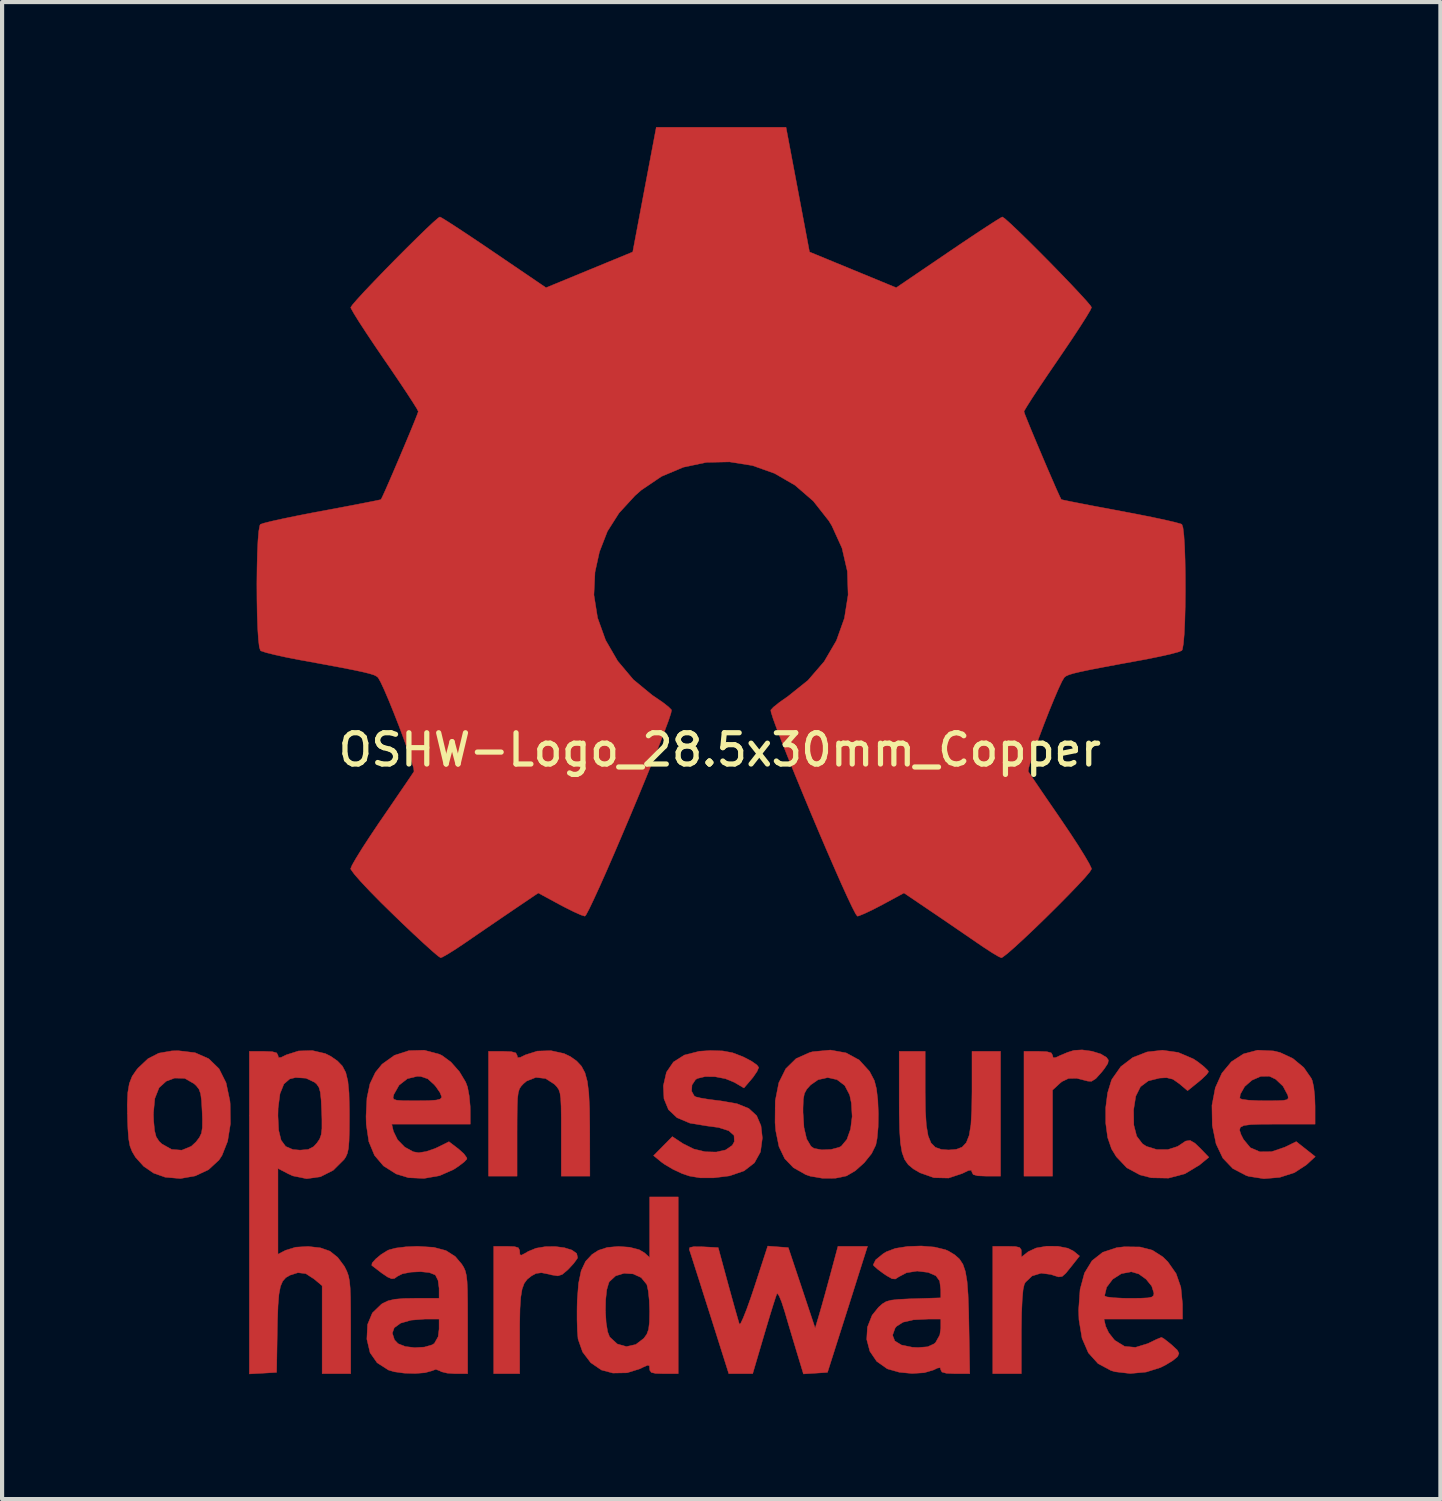
<source format=kicad_pcb>
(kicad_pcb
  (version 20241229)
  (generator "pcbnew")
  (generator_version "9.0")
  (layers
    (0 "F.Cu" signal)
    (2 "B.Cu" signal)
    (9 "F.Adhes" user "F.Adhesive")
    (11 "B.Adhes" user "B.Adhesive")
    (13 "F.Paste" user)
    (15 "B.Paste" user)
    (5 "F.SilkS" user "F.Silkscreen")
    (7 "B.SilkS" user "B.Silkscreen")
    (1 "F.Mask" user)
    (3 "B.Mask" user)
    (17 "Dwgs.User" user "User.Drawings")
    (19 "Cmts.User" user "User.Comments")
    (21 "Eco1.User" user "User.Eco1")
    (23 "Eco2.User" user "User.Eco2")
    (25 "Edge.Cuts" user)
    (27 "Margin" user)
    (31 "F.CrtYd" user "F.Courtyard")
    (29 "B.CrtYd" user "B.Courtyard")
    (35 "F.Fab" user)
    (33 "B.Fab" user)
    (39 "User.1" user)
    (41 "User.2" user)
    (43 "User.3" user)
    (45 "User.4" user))
  (footprint "OSHW-Logo_28.5x30mm_Copper"
    (layer "F.Cu")
    (at 14.232 14.952)
    (property "Reference" "OSHW-Logo_28.5x30mm_Copper" (at 0 0 0) (layer "F.SilkS") (effects (font (size 0.75 0.75) (thickness 0.125))))
    (attr exclude_from_pos_files exclude_from_bom)
    (fp_poly (pts (xy 8.931 7.236) (xy 9.146 7.302) (xy 9.284 7.385) (xy 9.329 7.45) (xy 9.316 7.528) (xy 9.236 7.65) (xy 9.168 7.737) (xy 9.028 7.893) (xy 8.923 7.959) (xy 8.833 7.954) (xy 8.567 7.886) (xy 8.371 7.89) (xy 8.212 7.966) (xy 8.159 8.011) (xy 7.988 8.169) (xy 7.988 10.235) (xy 7.302 10.235) (xy 7.302 7.239) (xy 7.645 7.239) (xy 7.851 7.247) (xy 7.957 7.276) (xy 7.988 7.333) (xy 7.988 7.335) (xy 8.003 7.394) (xy 8.069 7.386) (xy 8.16 7.343) (xy 8.348 7.264) (xy 8.501 7.216) (xy 8.698 7.204) (xy 8.931 7.236)) (stroke (width 0.01) (type solid)) (fill yes) (layer "F.Cu"))
    (fp_poly (pts (xy 8.116 11.919) (xy 8.356 11.966) (xy 8.493 12.036) (xy 8.636 12.153) (xy 8.432 12.411) (xy 8.306 12.567) (xy 8.22 12.643) (xy 8.135 12.655) (xy 8.011 12.617) (xy 7.952 12.596) (xy 7.714 12.565) (xy 7.496 12.632) (xy 7.336 12.784) (xy 7.31 12.832) (xy 7.281 12.96) (xy 7.26 13.196) (xy 7.245 13.523) (xy 7.239 13.925) (xy 7.239 13.982) (xy 7.239 14.978) (xy 6.553 14.978) (xy 6.553 11.92) (xy 6.896 11.92) (xy 7.094 11.925) (xy 7.197 11.948) (xy 7.235 12) (xy 7.239 12.049) (xy 7.239 12.179) (xy 7.404 12.049) (xy 7.592 11.961) (xy 7.846 11.917) (xy 8.116 11.919)) (stroke (width 0.01) (type solid)) (fill yes) (layer "F.Cu"))
    (fp_poly (pts (xy -4.93 11.927) (xy -4.837 11.955) (xy -4.807 12.016) (xy -4.805 12.044) (xy -4.8 12.121) (xy -4.763 12.133) (xy -4.662 12.08) (xy -4.603 12.044) (xy -4.414 11.966) (xy -4.189 11.928) (xy -3.953 11.925) (xy -3.732 11.954) (xy -3.552 12.01) (xy -3.437 12.091) (xy -3.415 12.191) (xy -3.426 12.218) (xy -3.509 12.332) (xy -3.638 12.471) (xy -3.661 12.493) (xy -3.784 12.596) (xy -3.89 12.63) (xy -4.038 12.607) (xy -4.097 12.591) (xy -4.282 12.554) (xy -4.412 12.571) (xy -4.521 12.63) (xy -4.622 12.709) (xy -4.696 12.808) (xy -4.747 12.947) (xy -4.78 13.145) (xy -4.798 13.419) (xy -4.805 13.791) (xy -4.805 14.015) (xy -4.805 14.978) (xy -5.429 14.978) (xy -5.429 11.92) (xy -5.117 11.92) (xy -4.93 11.927)) (stroke (width 0.01) (type solid)) (fill yes) (layer "F.Cu"))
    (fp_poly (pts (xy 4.93 8.211) (xy 4.936 8.668) (xy 4.958 9.016) (xy 5.001 9.268) (xy 5.071 9.439) (xy 5.174 9.543) (xy 5.316 9.594) (xy 5.492 9.607) (xy 5.676 9.592) (xy 5.816 9.539) (xy 5.917 9.432) (xy 5.986 9.257) (xy 6.028 9.001) (xy 6.048 8.648) (xy 6.054 8.211) (xy 6.054 7.239) (xy 6.74 7.239) (xy 6.74 10.235) (xy 6.397 10.235) (xy 6.19 10.227) (xy 6.083 10.197) (xy 6.054 10.141) (xy 6.036 10.091) (xy 5.964 10.102) (xy 5.82 10.172) (xy 5.491 10.281) (xy 5.141 10.273) (xy 4.806 10.155) (xy 4.647 10.062) (xy 4.525 9.961) (xy 4.436 9.835) (xy 4.375 9.666) (xy 4.336 9.436) (xy 4.316 9.127) (xy 4.307 8.723) (xy 4.306 8.41) (xy 4.306 7.239) (xy 4.93 7.239) (xy 4.93 8.211)) (stroke (width 0.01) (type solid)) (fill yes) (layer "F.Cu"))
    (fp_poly (pts (xy -3.742 7.291) (xy -3.587 7.365) (xy -3.437 7.472) (xy -3.322 7.596) (xy -3.238 7.753) (xy -3.181 7.962) (xy -3.146 8.241) (xy -3.128 8.607) (xy -3.122 9.078) (xy -3.122 9.127) (xy -3.12 10.235) (xy -3.807 10.235) (xy -3.807 9.214) (xy -3.807 8.835) (xy -3.811 8.561) (xy -3.82 8.37) (xy -3.838 8.242) (xy -3.867 8.156) (xy -3.911 8.092) (xy -3.971 8.028) (xy -4.184 7.891) (xy -4.416 7.865) (xy -4.638 7.952) (xy -4.715 8.017) (xy -4.771 8.077) (xy -4.812 8.142) (xy -4.839 8.232) (xy -4.856 8.367) (xy -4.864 8.567) (xy -4.867 8.854) (xy -4.868 9.202) (xy -4.868 10.235) (xy -5.554 10.235) (xy -5.554 7.239) (xy -5.211 7.239) (xy -5.005 7.247) (xy -4.899 7.276) (xy -4.868 7.333) (xy -4.868 7.335) (xy -4.854 7.39) (xy -4.79 7.384) (xy -4.665 7.323) (xy -4.38 7.233) (xy -4.055 7.223) (xy -3.742 7.291)) (stroke (width 0.01) (type solid)) (fill yes) (layer "F.Cu"))
    (fp_poly (pts (xy 11.004 7.265) (xy 11.366 7.419) (xy 11.48 7.494) (xy 11.625 7.609) (xy 11.717 7.699) (xy 11.733 7.729) (xy 11.688 7.794) (xy 11.573 7.905) (xy 11.481 7.982) (xy 11.23 8.184) (xy 11.032 8.017) (xy 10.879 7.909) (xy 10.729 7.872) (xy 10.558 7.881) (xy 10.286 7.949) (xy 10.099 8.089) (xy 9.986 8.315) (xy 9.934 8.642) (xy 9.934 8.642) (xy 9.939 9.008) (xy 10.008 9.276) (xy 10.146 9.458) (xy 10.241 9.52) (xy 10.491 9.597) (xy 10.758 9.597) (xy 10.991 9.522) (xy 11.046 9.486) (xy 11.184 9.393) (xy 11.292 9.378) (xy 11.409 9.447) (xy 11.538 9.571) (xy 11.741 9.782) (xy 11.515 9.968) (xy 11.165 10.179) (xy 10.771 10.283) (xy 10.359 10.275) (xy 10.089 10.206) (xy 9.772 10.036) (xy 9.519 9.769) (xy 9.404 9.58) (xy 9.311 9.309) (xy 9.265 8.965) (xy 9.264 8.593) (xy 9.31 8.236) (xy 9.401 7.937) (xy 9.416 7.906) (xy 9.628 7.605) (xy 9.916 7.386) (xy 10.257 7.254) (xy 10.627 7.212) (xy 11.004 7.265)) (stroke (width 0.01) (type solid)) (fill yes) (layer "F.Cu"))
    (fp_poly (pts (xy 3.031 7.276) (xy 3.347 7.448) (xy 3.594 7.72) (xy 3.71 7.94) (xy 3.76 8.135) (xy 3.793 8.413) (xy 3.806 8.733) (xy 3.801 9.055) (xy 3.775 9.337) (xy 3.745 9.488) (xy 3.643 9.695) (xy 3.467 9.914) (xy 3.254 10.105) (xy 3.043 10.229) (xy 3.038 10.231) (xy 2.777 10.285) (xy 2.468 10.287) (xy 2.173 10.237) (xy 2.06 10.198) (xy 1.767 10.032) (xy 1.558 9.815) (xy 1.42 9.527) (xy 1.343 9.15) (xy 1.326 8.952) (xy 1.328 8.704) (xy 1.997 8.704) (xy 2.02 9.066) (xy 2.084 9.342) (xy 2.188 9.519) (xy 2.261 9.569) (xy 2.449 9.604) (xy 2.673 9.594) (xy 2.866 9.543) (xy 2.917 9.515) (xy 3.051 9.353) (xy 3.139 9.105) (xy 3.177 8.803) (xy 3.158 8.48) (xy 3.117 8.285) (xy 2.999 8.059) (xy 2.813 7.918) (xy 2.589 7.869) (xy 2.358 7.921) (xy 2.179 8.046) (xy 2.086 8.149) (xy 2.031 8.251) (xy 2.005 8.389) (xy 1.997 8.6) (xy 1.997 8.704) (xy 1.328 8.704) (xy 1.331 8.425) (xy 1.416 7.993) (xy 1.583 7.656) (xy 1.831 7.413) (xy 2.161 7.266) (xy 2.231 7.248) (xy 2.656 7.208) (xy 3.031 7.276)) (stroke (width 0.01) (type solid)) (fill yes) (layer "F.Cu"))
    (fp_poly (pts (xy 1.397 11.933) (xy 1.644 11.951) (xy 1.967 12.918) (xy 2.289 13.886) (xy 2.391 13.543) (xy 2.452 13.33) (xy 2.532 13.044) (xy 2.618 12.729) (xy 2.664 12.56) (xy 2.836 11.92) (xy 3.546 11.92) (xy 3.333 12.591) (xy 3.229 12.921) (xy 3.103 13.319) (xy 2.971 13.734) (xy 2.853 14.104) (xy 2.585 14.947) (xy 2.296 14.966) (xy 2.007 14.984) (xy 1.85 14.466) (xy 1.753 14.144) (xy 1.647 13.79) (xy 1.555 13.476) (xy 1.551 13.464) (xy 1.482 13.251) (xy 1.422 13.107) (xy 1.379 13.052) (xy 1.37 13.058) (xy 1.34 13.143) (xy 1.281 13.325) (xy 1.202 13.581) (xy 1.11 13.888) (xy 1.06 14.057) (xy 0.789 14.978) (xy 0.215 14.978) (xy -0.244 13.527) (xy -0.374 13.12) (xy -0.491 12.75) (xy -0.592 12.435) (xy -0.669 12.193) (xy -0.719 12.039) (xy -0.734 11.995) (xy -0.722 11.949) (xy -0.628 11.929) (xy -0.433 11.931) (xy -0.402 11.932) (xy -0.039 11.951) (xy 0.198 12.825) (xy 0.286 13.143) (xy 0.364 13.424) (xy 0.426 13.641) (xy 0.464 13.771) (xy 0.472 13.792) (xy 0.501 13.768) (xy 0.561 13.641) (xy 0.645 13.43) (xy 0.744 13.152) (xy 0.829 12.9) (xy 1.15 11.914) (xy 1.397 11.933)) (stroke (width 0.01) (type solid)) (fill yes) (layer "F.Cu"))
    (fp_poly (pts (xy -12.598 7.272) (xy -12.271 7.416) (xy -12.023 7.657) (xy -11.854 7.995) (xy -11.762 8.431) (xy -11.756 8.499) (xy -11.75 8.978) (xy -11.817 9.398) (xy -11.952 9.739) (xy -12.024 9.848) (xy -12.275 10.08) (xy -12.595 10.23) (xy -12.952 10.293) (xy -13.317 10.261) (xy -13.594 10.163) (xy -13.833 9.999) (xy -14.028 9.783) (xy -14.031 9.778) (xy -14.11 9.645) (xy -14.162 9.511) (xy -14.193 9.342) (xy -14.211 9.104) (xy -14.219 8.909) (xy -14.223 8.731) (xy -13.599 8.731) (xy -13.593 8.908) (xy -13.571 9.143) (xy -13.532 9.293) (xy -13.461 9.401) (xy -13.395 9.463) (xy -13.161 9.594) (xy -12.917 9.612) (xy -12.689 9.518) (xy -12.575 9.412) (xy -12.493 9.305) (xy -12.445 9.203) (xy -12.424 9.071) (xy -12.422 8.872) (xy -12.429 8.689) (xy -12.443 8.427) (xy -12.465 8.258) (xy -12.505 8.147) (xy -12.572 8.062) (xy -12.625 8.014) (xy -12.848 7.887) (xy -13.089 7.881) (xy -13.291 7.956) (xy -13.463 8.113) (xy -13.565 8.371) (xy -13.599 8.731) (xy -14.223 8.731) (xy -14.227 8.52) (xy -14.214 8.229) (xy -14.177 8.011) (xy -14.109 7.838) (xy -14.005 7.686) (xy -13.967 7.64) (xy -13.728 7.415) (xy -13.471 7.283) (xy -13.156 7.228) (xy -13.003 7.224) (xy -12.598 7.272)) (stroke (width 0.01) (type solid)) (fill yes) (layer "F.Cu"))
    (fp_poly (pts (xy -0.999 14.978) (xy -1.342 14.978) (xy -1.541 14.972) (xy -1.645 14.948) (xy -1.682 14.895) (xy -1.685 14.86) (xy -1.691 14.789) (xy -1.731 14.775) (xy -1.835 14.819) (xy -1.917 14.86) (xy -2.228 14.957) (xy -2.567 14.963) (xy -2.843 14.89) (xy -3.099 14.715) (xy -3.295 14.457) (xy -3.402 14.152) (xy -3.405 14.135) (xy -3.42 13.949) (xy -3.428 13.682) (xy -3.428 13.481) (xy -2.746 13.481) (xy -2.73 13.749) (xy -2.694 13.97) (xy -2.646 14.095) (xy -2.462 14.265) (xy -2.243 14.327) (xy -2.018 14.277) (xy -1.825 14.13) (xy -1.753 14.03) (xy -1.71 13.912) (xy -1.69 13.739) (xy -1.685 13.48) (xy -1.694 13.223) (xy -1.717 12.997) (xy -1.75 12.846) (xy -1.756 12.832) (xy -1.888 12.671) (xy -2.082 12.582) (xy -2.3 12.568) (xy -2.502 12.63) (xy -2.651 12.768) (xy -2.666 12.796) (xy -2.715 12.964) (xy -2.741 13.206) (xy -2.746 13.481) (xy -3.428 13.481) (xy -3.427 13.378) (xy -3.423 13.215) (xy -3.392 12.81) (xy -3.329 12.506) (xy -3.223 12.281) (xy -3.067 12.114) (xy -2.914 12.016) (xy -2.702 11.947) (xy -2.437 11.923) (xy -2.166 11.942) (xy -1.935 12.002) (xy -1.812 12.074) (xy -1.685 12.189) (xy -1.685 10.734) (xy -0.999 10.734) (xy -0.999 14.978)) (stroke (width 0.01) (type solid)) (fill yes) (layer "F.Cu"))
    (fp_poly (pts (xy 13.291 7.229) (xy 13.451 7.267) (xy 13.757 7.41) (xy 14.019 7.627) (xy 14.2 7.887) (xy 14.225 7.945) (xy 14.259 8.099) (xy 14.283 8.325) (xy 14.291 8.554) (xy 14.291 8.987) (xy 13.386 8.987) (xy 13.013 8.988) (xy 12.75 8.997) (xy 12.583 9.019) (xy 12.497 9.061) (xy 12.478 9.13) (xy 12.511 9.233) (xy 12.571 9.352) (xy 12.736 9.552) (xy 12.966 9.651) (xy 13.246 9.648) (xy 13.564 9.54) (xy 13.839 9.406) (xy 14.296 9.767) (xy 14.081 9.965) (xy 13.794 10.152) (xy 13.442 10.265) (xy 13.063 10.297) (xy 12.697 10.24) (xy 12.638 10.221) (xy 12.316 10.053) (xy 12.076 9.802) (xy 11.914 9.461) (xy 11.824 9.023) (xy 11.823 9.014) (xy 11.815 8.536) (xy 11.848 8.366) (xy 12.482 8.366) (xy 12.54 8.392) (xy 12.698 8.412) (xy 12.931 8.423) (xy 13.079 8.425) (xy 13.354 8.424) (xy 13.526 8.417) (xy 13.617 8.399) (xy 13.647 8.364) (xy 13.64 8.307) (xy 13.633 8.285) (xy 13.522 8.077) (xy 13.346 7.909) (xy 13.191 7.836) (xy 12.985 7.84) (xy 12.776 7.932) (xy 12.601 8.084) (xy 12.496 8.269) (xy 12.482 8.366) (xy 11.848 8.366) (xy 11.895 8.116) (xy 12.054 7.763) (xy 12.282 7.488) (xy 12.571 7.301) (xy 12.91 7.211) (xy 13.291 7.229)) (stroke (width 0.01) (type solid)) (fill yes) (layer "F.Cu"))
    (fp_poly (pts (xy 0.07 7.229) (xy 0.306 7.273) (xy 0.551 7.367) (xy 0.577 7.379) (xy 0.763 7.477) (xy 0.892 7.568) (xy 0.934 7.626) (xy 0.894 7.721) (xy 0.798 7.861) (xy 0.755 7.913) (xy 0.579 8.119) (xy 0.352 7.985) (xy 0.136 7.896) (xy -0.114 7.848) (xy -0.353 7.845) (xy -0.539 7.89) (xy -0.583 7.918) (xy -0.668 8.046) (xy -0.678 8.194) (xy -0.615 8.309) (xy -0.577 8.332) (xy -0.465 8.359) (xy -0.267 8.392) (xy -0.024 8.423) (xy 0.021 8.428) (xy 0.412 8.496) (xy 0.696 8.611) (xy 0.884 8.784) (xy 0.988 9.025) (xy 1.021 9.319) (xy 0.976 9.654) (xy 0.83 9.917) (xy 0.582 10.109) (xy 0.232 10.229) (xy -0.156 10.277) (xy -0.473 10.276) (xy -0.73 10.233) (xy -0.905 10.174) (xy -1.127 10.07) (xy -1.331 9.949) (xy -1.404 9.896) (xy -1.591 9.743) (xy -1.366 9.515) (xy -1.14 9.286) (xy -0.883 9.456) (xy -0.626 9.584) (xy -0.351 9.65) (xy -0.086 9.657) (xy 0.139 9.606) (xy 0.298 9.497) (xy 0.349 9.405) (xy 0.341 9.258) (xy 0.214 9.145) (xy -0.032 9.067) (xy -0.303 9.031) (xy -0.718 8.963) (xy -1.027 8.833) (xy -1.233 8.639) (xy -1.341 8.377) (xy -1.356 8.066) (xy -1.282 7.741) (xy -1.114 7.495) (xy -0.851 7.328) (xy -0.491 7.237) (xy -0.224 7.22) (xy 0.07 7.229)) (stroke (width 0.01) (type solid)) (fill yes) (layer "F.Cu"))
    (fp_poly (pts (xy 10.088 11.936) (xy 10.386 12.014) (xy 10.636 12.174) (xy 10.757 12.293) (xy 10.955 12.576) (xy 11.069 12.904) (xy 11.108 13.307) (xy 11.108 13.34) (xy 11.109 13.667) (xy 9.223 13.667) (xy 9.263 13.839) (xy 9.336 13.994) (xy 9.463 14.156) (xy 9.489 14.182) (xy 9.718 14.322) (xy 9.978 14.346) (xy 10.278 14.254) (xy 10.329 14.229) (xy 10.484 14.154) (xy 10.589 14.111) (xy 10.607 14.107) (xy 10.671 14.145) (xy 10.792 14.24) (xy 10.853 14.291) (xy 10.981 14.41) (xy 11.023 14.488) (xy 10.994 14.56) (xy 10.978 14.579) (xy 10.873 14.665) (xy 10.699 14.77) (xy 10.578 14.831) (xy 10.234 14.939) (xy 9.854 14.974) (xy 9.493 14.932) (xy 9.392 14.903) (xy 9.08 14.735) (xy 8.848 14.478) (xy 8.696 14.127) (xy 8.622 13.682) (xy 8.614 13.449) (xy 8.638 13.11) (xy 9.236 13.11) (xy 9.294 13.135) (xy 9.45 13.154) (xy 9.676 13.166) (xy 9.829 13.168) (xy 10.105 13.166) (xy 10.279 13.157) (xy 10.374 13.136) (xy 10.414 13.099) (xy 10.422 13.044) (xy 10.369 12.876) (xy 10.234 12.71) (xy 10.057 12.583) (xy 9.879 12.531) (xy 9.639 12.577) (xy 9.43 12.711) (xy 9.286 12.903) (xy 9.236 13.11) (xy 8.638 13.11) (xy 8.649 12.955) (xy 8.755 12.561) (xy 8.936 12.265) (xy 9.193 12.063) (xy 9.529 11.952) (xy 9.711 11.931) (xy 10.088 11.936)) (stroke (width 0.01) (type solid)) (fill yes) (layer "F.Cu"))
    (fp_poly (pts (xy -6.733 7.309) (xy -6.671 7.338) (xy -6.456 7.496) (xy -6.253 7.726) (xy -6.101 7.979) (xy -6.057 8.096) (xy -6.018 8.304) (xy -5.994 8.555) (xy -5.992 8.659) (xy -5.991 8.987) (xy -7.877 8.987) (xy -7.837 9.158) (xy -7.738 9.361) (xy -7.566 9.537) (xy -7.36 9.65) (xy -7.23 9.673) (xy -7.052 9.645) (xy -6.841 9.573) (xy -6.769 9.54) (xy -6.503 9.408) (xy -6.276 9.581) (xy -6.145 9.698) (xy -6.076 9.794) (xy -6.072 9.823) (xy -6.134 9.891) (xy -6.271 9.996) (xy -6.394 10.077) (xy -6.728 10.224) (xy -7.103 10.29) (xy -7.474 10.273) (xy -7.77 10.183) (xy -8.075 9.99) (xy -8.291 9.736) (xy -8.427 9.407) (xy -8.489 8.99) (xy -8.494 8.799) (xy -8.472 8.362) (xy -8.47 8.349) (xy -7.845 8.349) (xy -7.827 8.39) (xy -7.757 8.413) (xy -7.611 8.423) (xy -7.368 8.425) (xy -7.275 8.425) (xy -6.99 8.422) (xy -6.81 8.409) (xy -6.713 8.385) (xy -6.679 8.345) (xy -6.678 8.332) (xy -6.717 8.231) (xy -6.815 8.089) (xy -6.857 8.039) (xy -7.013 7.898) (xy -7.176 7.843) (xy -7.264 7.838) (xy -7.502 7.896) (xy -7.701 8.052) (xy -7.828 8.277) (xy -7.83 8.285) (xy -7.845 8.349) (xy -8.47 8.349) (xy -8.4 8.018) (xy -8.269 7.743) (xy -8.109 7.547) (xy -7.813 7.335) (xy -7.465 7.222) (xy -7.096 7.212) (xy -6.733 7.309)) (stroke (width 0.01) (type solid)) (fill yes) (layer "F.Cu"))
    (fp_poly (pts (xy 5.154 11.938) (xy 5.417 12.002) (xy 5.493 12.036) (xy 5.64 12.125) (xy 5.753 12.225) (xy 5.837 12.353) (xy 5.896 12.527) (xy 5.936 12.765) (xy 5.96 13.083) (xy 5.975 13.499) (xy 5.98 13.777) (xy 6.001 14.978) (xy 5.653 14.978) (xy 5.442 14.969) (xy 5.333 14.939) (xy 5.305 14.888) (xy 5.29 14.833) (xy 5.223 14.844) (xy 5.133 14.888) (xy 4.907 14.955) (xy 4.616 14.973) (xy 4.31 14.944) (xy 4.038 14.867) (xy 4.014 14.857) (xy 3.766 14.682) (xy 3.602 14.44) (xy 3.527 14.157) (xy 3.532 14.055) (xy 4.147 14.055) (xy 4.201 14.192) (xy 4.361 14.29) (xy 4.62 14.343) (xy 4.759 14.35) (xy 4.989 14.332) (xy 5.142 14.262) (xy 5.18 14.229) (xy 5.281 14.049) (xy 5.305 13.886) (xy 5.305 13.667) (xy 5 13.667) (xy 4.647 13.685) (xy 4.399 13.742) (xy 4.242 13.841) (xy 4.207 13.886) (xy 4.147 14.055) (xy 3.532 14.055) (xy 3.544 13.859) (xy 3.656 13.575) (xy 3.81 13.384) (xy 3.903 13.301) (xy 3.994 13.246) (xy 4.113 13.213) (xy 4.288 13.194) (xy 4.55 13.181) (xy 4.653 13.178) (xy 5.305 13.157) (xy 5.304 12.96) (xy 5.278 12.752) (xy 5.187 12.627) (xy 5.003 12.547) (xy 4.998 12.546) (xy 4.737 12.514) (xy 4.481 12.555) (xy 4.291 12.655) (xy 4.215 12.705) (xy 4.133 12.698) (xy 4.007 12.626) (xy 3.932 12.576) (xy 3.787 12.468) (xy 3.697 12.387) (xy 3.683 12.364) (xy 3.742 12.244) (xy 3.918 12.101) (xy 3.994 12.053) (xy 4.213 11.97) (xy 4.509 11.923) (xy 4.837 11.912) (xy 5.154 11.938)) (stroke (width 0.01) (type solid)) (fill yes) (layer "F.Cu"))
    (fp_poly (pts (xy -6.87 11.944) (xy -6.576 12.022) (xy -6.353 12.164) (xy -6.195 12.35) (xy -6.146 12.43) (xy -6.11 12.513) (xy -6.085 12.619) (xy -6.068 12.768) (xy -6.059 12.979) (xy -6.055 13.272) (xy -6.054 13.666) (xy -6.054 13.77) (xy -6.054 14.978) (xy -6.353 14.978) (xy -6.544 14.965) (xy -6.685 14.931) (xy -6.721 14.91) (xy -6.818 14.874) (xy -6.916 14.91) (xy -7.079 14.955) (xy -7.316 14.973) (xy -7.578 14.965) (xy -7.817 14.932) (xy -7.957 14.89) (xy -8.228 14.716) (xy -8.397 14.475) (xy -8.473 14.154) (xy -8.474 14.146) (xy -8.467 14.004) (xy -7.863 14.004) (xy -7.811 14.166) (xy -7.725 14.257) (xy -7.552 14.326) (xy -7.324 14.353) (xy -7.092 14.339) (xy -6.906 14.285) (xy -6.854 14.251) (xy -6.763 14.09) (xy -6.74 13.907) (xy -6.74 13.667) (xy -7.085 13.667) (xy -7.413 13.693) (xy -7.662 13.764) (xy -7.817 13.876) (xy -7.863 14.004) (xy -8.467 14.004) (xy -8.457 13.796) (xy -8.342 13.519) (xy -8.124 13.309) (xy -8.094 13.29) (xy -7.965 13.228) (xy -7.806 13.191) (xy -7.582 13.172) (xy -7.317 13.168) (xy -6.74 13.168) (xy -6.74 12.926) (xy -6.765 12.738) (xy -6.827 12.613) (xy -6.834 12.606) (xy -6.973 12.551) (xy -7.183 12.529) (xy -7.415 12.54) (xy -7.621 12.58) (xy -7.742 12.641) (xy -7.808 12.69) (xy -7.878 12.699) (xy -7.974 12.659) (xy -8.12 12.56) (xy -8.337 12.393) (xy -8.357 12.378) (xy -8.347 12.32) (xy -8.261 12.223) (xy -8.132 12.116) (xy -7.988 12.026) (xy -7.943 12.005) (xy -7.779 11.962) (xy -7.538 11.932) (xy -7.269 11.92) (xy -7.257 11.92) (xy -6.87 11.944)) (stroke (width 0.01) (type solid)) (fill yes) (layer "F.Cu"))
    (fp_poly (pts (xy -9.473 7.292) (xy -9.342 7.357) (xy -9.18 7.47) (xy -9.061 7.594) (xy -8.98 7.749) (xy -8.93 7.957) (xy -8.903 8.239) (xy -8.894 8.617) (xy -8.893 8.779) (xy -8.895 9.135) (xy -8.902 9.39) (xy -8.916 9.566) (xy -8.942 9.687) (xy -8.981 9.776) (xy -9.022 9.836) (xy -9.282 10.095) (xy -9.588 10.25) (xy -9.919 10.297) (xy -10.252 10.229) (xy -10.357 10.181) (xy -10.609 10.05) (xy -10.609 12.11) (xy -10.425 12.015) (xy -10.183 11.941) (xy -9.884 11.923) (xy -9.587 11.957) (xy -9.362 12.036) (xy -9.175 12.185) (xy -9.016 12.398) (xy -9.004 12.42) (xy -8.953 12.523) (xy -8.916 12.627) (xy -8.891 12.753) (xy -8.875 12.922) (xy -8.866 13.156) (xy -8.863 13.474) (xy -8.862 13.833) (xy -8.862 14.978) (xy -9.548 14.978) (xy -9.548 12.867) (xy -9.74 12.706) (xy -9.94 12.576) (xy -10.129 12.553) (xy -10.319 12.613) (xy -10.42 12.672) (xy -10.495 12.757) (xy -10.549 12.884) (xy -10.585 13.073) (xy -10.607 13.341) (xy -10.62 13.705) (xy -10.625 13.948) (xy -10.641 14.947) (xy -10.968 14.966) (xy -11.296 14.984) (xy -11.296 8.788) (xy -10.609 8.788) (xy -10.592 9.133) (xy -10.533 9.373) (xy -10.423 9.522) (xy -10.252 9.596) (xy -10.079 9.611) (xy -9.883 9.594) (xy -9.753 9.527) (xy -9.672 9.439) (xy -9.608 9.345) (xy -9.57 9.239) (xy -9.553 9.092) (xy -9.553 8.87) (xy -9.559 8.685) (xy -9.572 8.406) (xy -9.591 8.222) (xy -9.624 8.106) (xy -9.677 8.028) (xy -9.727 7.983) (xy -9.936 7.884) (xy -10.184 7.868) (xy -10.326 7.902) (xy -10.466 8.023) (xy -10.56 8.257) (xy -10.605 8.604) (xy -10.609 8.788) (xy -11.296 8.788) (xy -11.296 7.239) (xy -10.953 7.239) (xy -10.746 7.247) (xy -10.64 7.276) (xy -10.609 7.333) (xy -10.609 7.335) (xy -10.595 7.39) (xy -10.532 7.384) (xy -10.407 7.323) (xy -10.114 7.23) (xy -9.785 7.22) (xy -9.473 7.292)) (stroke (width 0.01) (type solid)) (fill yes) (layer "F.Cu"))
    (fp_poly (pts (xy 2.153 -11.953) (xy 3.194 -11.524) (xy 4.235 -11.095) (xy 5.484 -11.944) (xy 5.834 -12.181) (xy 6.15 -12.392) (xy 6.418 -12.568) (xy 6.623 -12.7) (xy 6.75 -12.777) (xy 6.784 -12.794) (xy 6.846 -12.751) (xy 6.979 -12.632) (xy 7.168 -12.453) (xy 7.398 -12.229) (xy 7.654 -11.974) (xy 7.921 -11.705) (xy 8.184 -11.435) (xy 8.428 -11.181) (xy 8.639 -10.956) (xy 8.802 -10.778) (xy 8.901 -10.66) (xy 8.924 -10.62) (xy 8.89 -10.547) (xy 8.795 -10.388) (xy 8.648 -10.157) (xy 8.46 -9.871) (xy 8.24 -9.545) (xy 8.113 -9.359) (xy 7.881 -9.019) (xy 7.675 -8.713) (xy 7.505 -8.455) (xy 7.381 -8.26) (xy 7.312 -8.145) (xy 7.302 -8.12) (xy 7.325 -8.051) (xy 7.389 -7.891) (xy 7.483 -7.661) (xy 7.599 -7.384) (xy 7.726 -7.084) (xy 7.854 -6.782) (xy 7.976 -6.501) (xy 8.079 -6.264) (xy 8.156 -6.094) (xy 8.196 -6.013) (xy 8.199 -6.009) (xy 8.262 -5.994) (xy 8.431 -5.959) (xy 8.687 -5.909) (xy 9.014 -5.846) (xy 9.394 -5.775) (xy 9.615 -5.733) (xy 10.021 -5.656) (xy 10.387 -5.583) (xy 10.696 -5.517) (xy 10.928 -5.463) (xy 11.065 -5.425) (xy 11.093 -5.413) (xy 11.12 -5.331) (xy 11.142 -5.146) (xy 11.159 -4.879) (xy 11.17 -4.553) (xy 11.176 -4.189) (xy 11.177 -3.808) (xy 11.173 -3.432) (xy 11.164 -3.083) (xy 11.15 -2.782) (xy 11.13 -2.551) (xy 11.106 -2.412) (xy 11.091 -2.383) (xy 11.003 -2.348) (xy 10.817 -2.298) (xy 10.556 -2.24) (xy 10.247 -2.177) (xy 10.139 -2.157) (xy 9.619 -2.062) (xy 9.208 -1.985) (xy 8.892 -1.924) (xy 8.659 -1.875) (xy 8.494 -1.836) (xy 8.385 -1.803) (xy 8.316 -1.773) (xy 8.276 -1.743) (xy 8.27 -1.738) (xy 8.214 -1.644) (xy 8.128 -1.461) (xy 8.021 -1.211) (xy 7.901 -0.918) (xy 7.778 -0.603) (xy 7.659 -0.288) (xy 7.554 0.003) (xy 7.47 0.249) (xy 7.417 0.428) (xy 7.403 0.515) (xy 7.404 0.519) (xy 7.451 0.59) (xy 7.558 0.749) (xy 7.713 0.977) (xy 7.905 1.258) (xy 8.124 1.576) (xy 8.186 1.667) (xy 8.407 1.995) (xy 8.603 2.294) (xy 8.76 2.547) (xy 8.87 2.737) (xy 8.922 2.847) (xy 8.924 2.861) (xy 8.881 2.932) (xy 8.762 3.073) (xy 8.581 3.268) (xy 8.355 3.502) (xy 8.099 3.761) (xy 7.828 4.029) (xy 7.558 4.291) (xy 7.303 4.532) (xy 7.08 4.737) (xy 6.904 4.891) (xy 6.789 4.978) (xy 6.758 4.993) (xy 6.684 4.959) (xy 6.533 4.869) (xy 6.329 4.736) (xy 6.173 4.63) (xy 5.889 4.435) (xy 5.553 4.205) (xy 5.216 3.975) (xy 5.034 3.852) (xy 4.421 3.437) (xy 3.906 3.716) (xy 3.671 3.838) (xy 3.472 3.932) (xy 3.337 3.987) (xy 3.302 3.994) (xy 3.261 3.938) (xy 3.18 3.782) (xy 3.064 3.538) (xy 2.92 3.221) (xy 2.755 2.847) (xy 2.573 2.429) (xy 2.382 1.982) (xy 2.187 1.52) (xy 1.995 1.059) (xy 1.811 0.612) (xy 1.641 0.193) (xy 1.492 -0.182) (xy 1.37 -0.499) (xy 1.281 -0.743) (xy 1.231 -0.901) (xy 1.223 -0.955) (xy 1.287 -1.025) (xy 1.427 -1.137) (xy 1.615 -1.269) (xy 1.63 -1.279) (xy 2.115 -1.667) (xy 2.505 -2.119) (xy 2.799 -2.622) (xy 2.991 -3.16) (xy 3.08 -3.719) (xy 3.062 -4.285) (xy 2.933 -4.844) (xy 2.689 -5.38) (xy 2.618 -5.497) (xy 2.245 -5.971) (xy 1.805 -6.352) (xy 1.313 -6.637) (xy 0.784 -6.825) (xy 0.232 -6.913) (xy -0.325 -6.901) (xy -0.875 -6.785) (xy -1.4 -6.564) (xy -1.886 -6.235) (xy -2.037 -6.102) (xy -2.42 -5.685) (xy -2.699 -5.246) (xy -2.89 -4.754) (xy -2.997 -4.267) (xy -3.023 -3.719) (xy -2.935 -3.168) (xy -2.743 -2.634) (xy -2.453 -2.133) (xy -2.077 -1.686) (xy -1.622 -1.311) (xy -1.562 -1.271) (xy -1.373 -1.142) (xy -1.229 -1.029) (xy -1.16 -0.958) (xy -1.159 -0.955) (xy -1.174 -0.878) (xy -1.232 -0.702) (xy -1.329 -0.442) (xy -1.457 -0.112) (xy -1.61 0.272) (xy -1.783 0.697) (xy -1.969 1.148) (xy -2.163 1.611) (xy -2.358 2.071) (xy -2.547 2.513) (xy -2.726 2.924) (xy -2.888 3.288) (xy -3.027 3.591) (xy -3.136 3.819) (xy -3.21 3.958) (xy -3.24 3.994) (xy -3.331 3.966) (xy -3.502 3.89) (xy -3.722 3.78) (xy -3.844 3.716) (xy -4.359 3.437) (xy -4.972 3.852) (xy -5.285 4.065) (xy -5.628 4.299) (xy -5.949 4.519) (xy -6.11 4.63) (xy -6.337 4.782) (xy -6.528 4.902) (xy -6.66 4.976) (xy -6.703 4.992) (xy -6.766 4.95) (xy -6.904 4.832) (xy -7.104 4.652) (xy -7.353 4.421) (xy -7.638 4.151) (xy -7.818 3.977) (xy -8.134 3.668) (xy -8.406 3.391) (xy -8.625 3.158) (xy -8.778 2.982) (xy -8.856 2.874) (xy -8.864 2.853) (xy -8.829 2.769) (xy -8.733 2.601) (xy -8.587 2.365) (xy -8.4 2.078) (xy -8.185 1.756) (xy -8.123 1.667) (xy -7.9 1.341) (xy -7.7 1.048) (xy -7.533 0.804) (xy -7.412 0.625) (xy -7.348 0.529) (xy -7.342 0.519) (xy -7.351 0.441) (xy -7.4 0.272) (xy -7.481 0.032) (xy -7.585 -0.256) (xy -7.702 -0.569) (xy -7.826 -0.886) (xy -7.946 -1.182) (xy -8.055 -1.437) (xy -8.144 -1.628) (xy -8.204 -1.733) (xy -8.208 -1.738) (xy -8.245 -1.767) (xy -8.306 -1.797) (xy -8.407 -1.829) (xy -8.56 -1.867) (xy -8.779 -1.914) (xy -9.078 -1.973) (xy -9.47 -2.046) (xy -9.969 -2.138) (xy -10.077 -2.157) (xy -10.397 -2.219) (xy -10.676 -2.28) (xy -10.889 -2.333) (xy -11.012 -2.373) (xy -11.029 -2.383) (xy -11.056 -2.466) (xy -11.078 -2.652) (xy -11.095 -2.919) (xy -11.107 -3.246) (xy -11.113 -3.611) (xy -11.115 -3.992) (xy -11.111 -4.368) (xy -11.103 -4.716) (xy -11.089 -5.017) (xy -11.07 -5.246) (xy -11.045 -5.384) (xy -11.031 -5.413) (xy -10.949 -5.441) (xy -10.763 -5.488) (xy -10.491 -5.548) (xy -10.152 -5.618) (xy -9.764 -5.694) (xy -9.553 -5.733) (xy -9.152 -5.808) (xy -8.794 -5.876) (xy -8.497 -5.934) (xy -8.279 -5.977) (xy -8.157 -6.003) (xy -8.136 -6.009) (xy -8.102 -6.075) (xy -8.03 -6.233) (xy -7.93 -6.462) (xy -7.811 -6.738) (xy -7.683 -7.038) (xy -7.555 -7.341) (xy -7.437 -7.623) (xy -7.339 -7.862) (xy -7.27 -8.035) (xy -7.24 -8.12) (xy -7.239 -8.123) (xy -7.273 -8.19) (xy -7.369 -8.344) (xy -7.516 -8.57) (xy -7.704 -8.852) (xy -7.923 -9.175) (xy -8.051 -9.361) (xy -8.283 -9.702) (xy -8.489 -10.011) (xy -8.66 -10.273) (xy -8.784 -10.473) (xy -8.852 -10.594) (xy -8.862 -10.621) (xy -8.82 -10.684) (xy -8.703 -10.819) (xy -8.527 -11.011) (xy -8.305 -11.244) (xy -8.055 -11.504) (xy -7.789 -11.775) (xy -7.523 -12.042) (xy -7.272 -12.29) (xy -7.052 -12.504) (xy -6.876 -12.669) (xy -6.759 -12.77) (xy -6.72 -12.794) (xy -6.657 -12.76) (xy -6.505 -12.665) (xy -6.28 -12.519) (xy -5.997 -12.332) (xy -5.669 -12.112) (xy -5.422 -11.944) (xy -4.173 -11.095) (xy -3.132 -11.524) (xy -2.091 -11.953) (xy -1.809 -13.45) (xy -1.526 -14.947) (xy 1.589 -14.947) (xy 2.153 -11.953)) (stroke (width 0.01) (type solid)) (fill yes) (layer "F.Cu")))
  (gr_rect
    (start -3 -3)
    (end 31.532 32.941)
    (stroke (width 0.1) (type default))
    (fill no)
    (layer "Edge.Cuts")))
</source>
